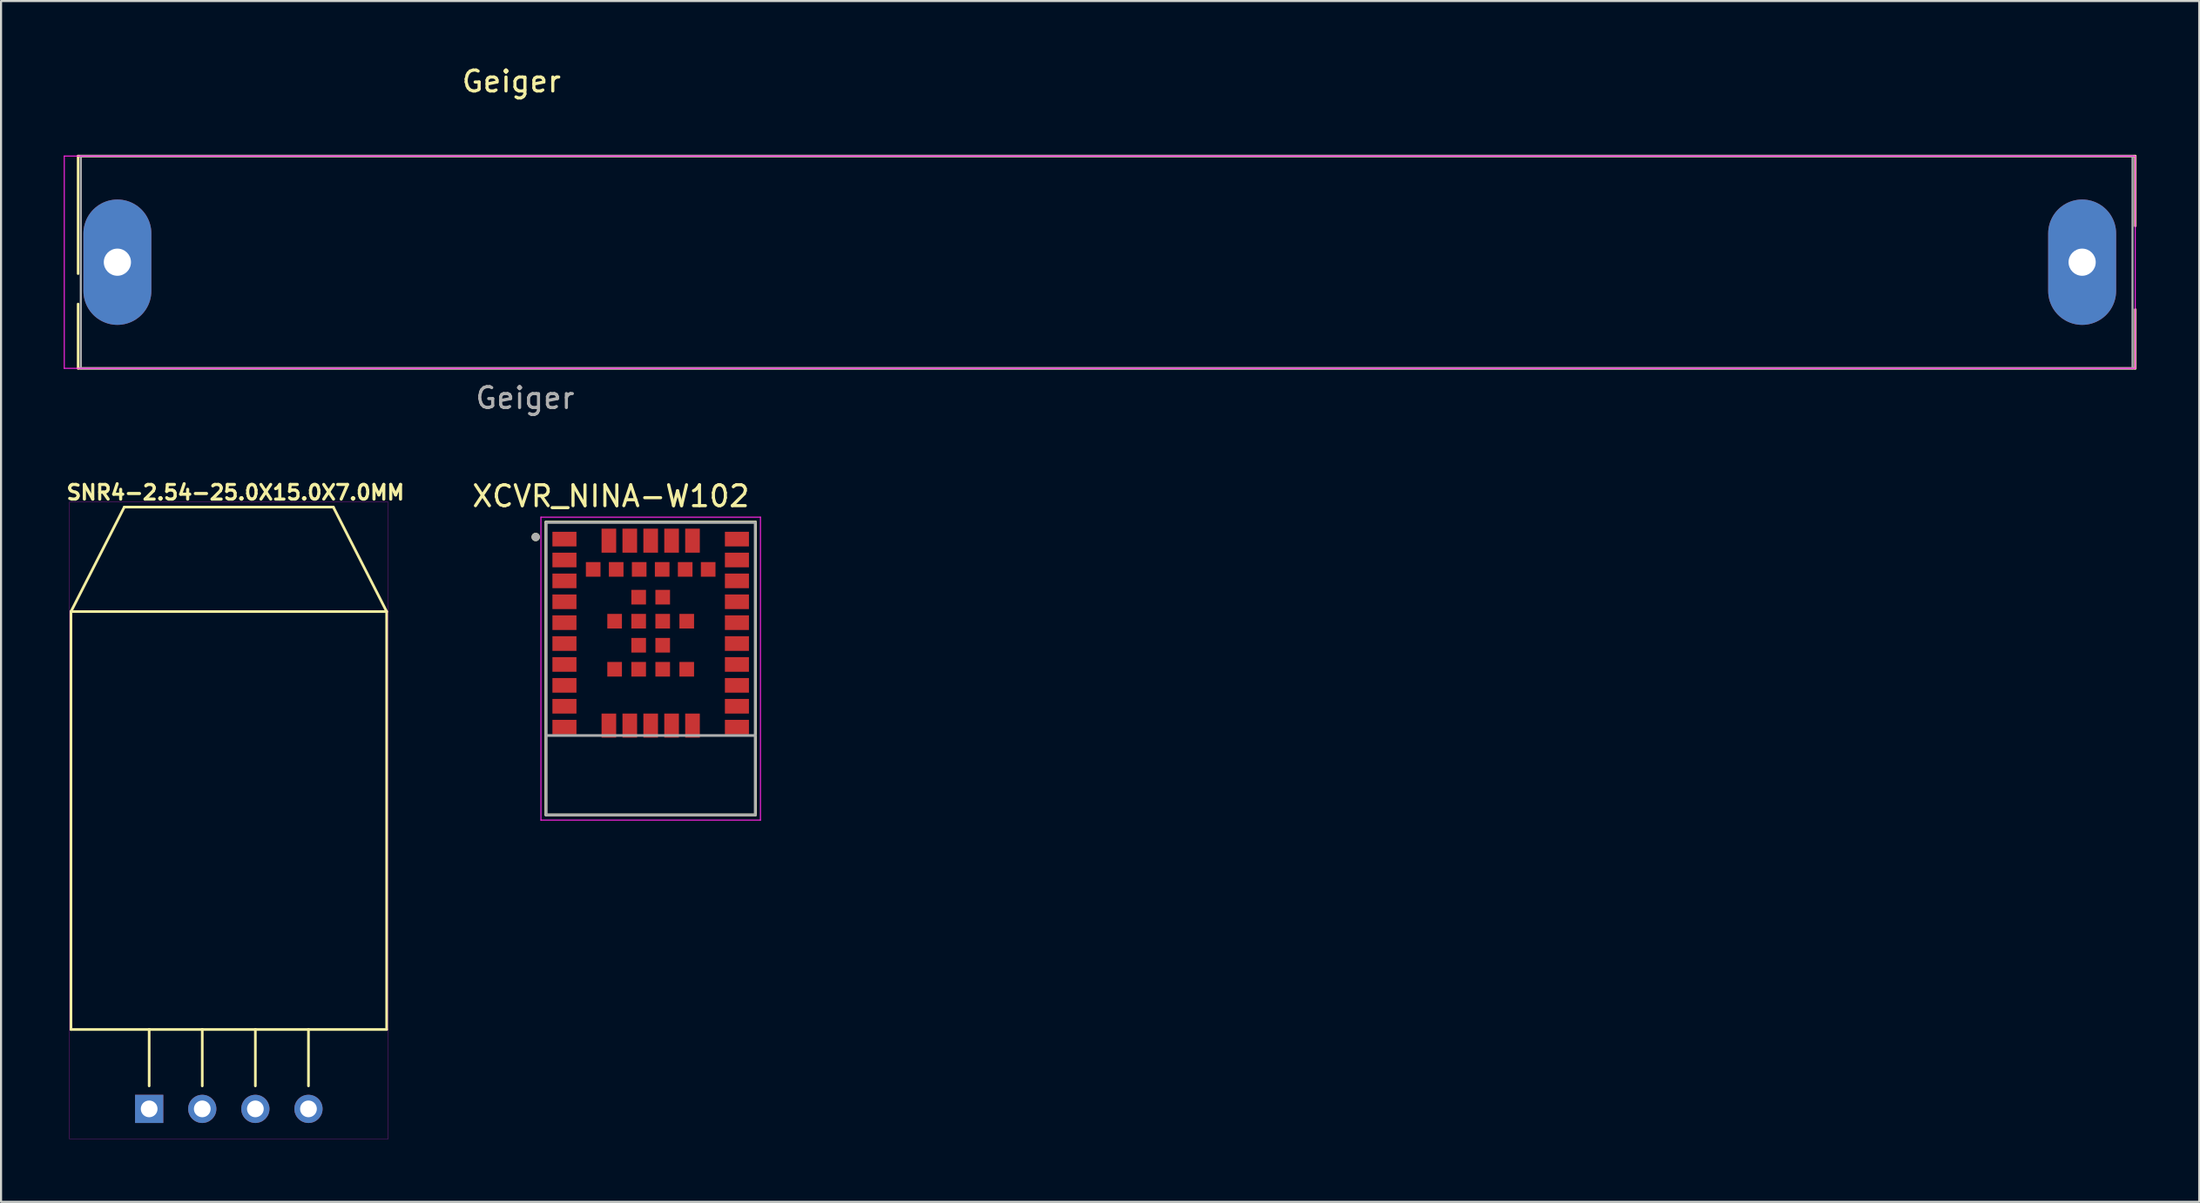
<source format=kicad_pcb>
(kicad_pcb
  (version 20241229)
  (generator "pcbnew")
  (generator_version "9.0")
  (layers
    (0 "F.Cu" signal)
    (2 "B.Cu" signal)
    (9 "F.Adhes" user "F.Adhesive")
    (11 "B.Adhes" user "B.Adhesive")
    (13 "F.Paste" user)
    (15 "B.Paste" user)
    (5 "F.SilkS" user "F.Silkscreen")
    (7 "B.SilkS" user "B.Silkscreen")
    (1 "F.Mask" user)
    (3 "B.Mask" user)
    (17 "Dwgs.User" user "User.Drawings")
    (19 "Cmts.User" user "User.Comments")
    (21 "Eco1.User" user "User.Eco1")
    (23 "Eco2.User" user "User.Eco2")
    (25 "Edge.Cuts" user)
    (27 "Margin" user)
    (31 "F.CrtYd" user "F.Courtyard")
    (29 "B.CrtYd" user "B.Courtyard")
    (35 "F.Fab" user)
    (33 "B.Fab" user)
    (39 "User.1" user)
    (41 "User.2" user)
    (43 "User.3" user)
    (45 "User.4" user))
  (footprint "SNR4-2.54-25.0X15.0X7.0MM"
    (layer "F.Cu")
    (at 7.895 36.219)
    (property "Reference" "SNR4-2.54-25.0X15.0X7.0MM" (at 0.318 -15.7 0) (layer "F.SilkS") (effects (font (size 0.701 0.701) (thickness 0.15))))
    (attr through_hole)
    (fp_line (start -7.55 -10) (end -5 -15) (stroke (width 0.127) (type solid)) (layer "F.SilkS"))
    (fp_line (start -7.55 -10) (end 7.55 -10) (stroke (width 0.127) (type solid)) (layer "F.SilkS"))
    (fp_line (start -7.55 10) (end -7.55 -10) (stroke (width 0.127) (type solid)) (layer "F.SilkS"))
    (fp_line (start -5 -15) (end 5 -15) (stroke (width 0.127) (type solid)) (layer "F.SilkS"))
    (fp_line (start -3.81 10) (end -7.55 10) (stroke (width 0.127) (type solid)) (layer "F.SilkS"))
    (fp_line (start -3.81 12.7) (end -3.81 10) (stroke (width 0.127) (type solid)) (layer "F.SilkS"))
    (fp_line (start -1.27 10) (end -3.81 10) (stroke (width 0.127) (type solid)) (layer "F.SilkS"))
    (fp_line (start -1.27 12.7) (end -1.27 10) (stroke (width 0.127) (type solid)) (layer "F.SilkS"))
    (fp_line (start 1.27 10) (end -1.27 10) (stroke (width 0.127) (type solid)) (layer "F.SilkS"))
    (fp_line (start 1.27 12.7) (end 1.27 10) (stroke (width 0.127) (type solid)) (layer "F.SilkS"))
    (fp_line (start 3.81 10) (end 1.27 10) (stroke (width 0.127) (type solid)) (layer "F.SilkS"))
    (fp_line (start 3.81 12.7) (end 3.81 10) (stroke (width 0.127) (type solid)) (layer "F.SilkS"))
    (fp_line (start 5 -15) (end 7.55 -10) (stroke (width 0.127) (type solid)) (layer "F.SilkS"))
    (fp_line (start 7.55 -10) (end 7.55 10) (stroke (width 0.127) (type solid)) (layer "F.SilkS"))
    (fp_line (start 7.55 10) (end 3.81 10) (stroke (width 0.127) (type solid)) (layer "F.SilkS"))
    (fp_poly (pts (xy -7.621 -15.24) (xy 7.62 -15.24) (xy 7.62 15.243) (xy -7.621 15.243)) (stroke (width 0.01) (type solid)) (fill no) (layer "F.CrtYd"))
    (pad "P$1" thru_hole rect (at -3.81 13.8) (size 1.35 1.35) (drill 0.8) (layers "*.Cu" "*.Mask"))
    (pad "P$2" thru_hole circle (at -1.27 13.8) (size 1.35 1.35) (drill 0.8) (layers "*.Cu" "*.Mask"))
    (pad "P$3" thru_hole circle (at 1.27 13.8) (size 1.35 1.35) (drill 0.8) (layers "*.Cu" "*.Mask"))
    (pad "P$4" thru_hole circle (at 3.81 13.8) (size 1.35 1.35) (drill 0.8) (layers "*.Cu" "*.Mask")))
  (footprint "XCVR_NINA-W102"
    (layer "F.Cu")
    (at 28.074 28.95)
    (property "Reference" "XCVR_NINA-W102" (at -1.905 -8.255 0) (layer "F.SilkS") (effects (font (size 1 1) (thickness 0.15))))
    (attr through_hole)
    (fp_line (start -5.015 -7.015) (end 5.015 -7.015) (stroke (width 0.127) (type solid)) (layer "F.SilkS"))
    (fp_line (start -5.015 7) (end -5.015 -7.015) (stroke (width 0.127) (type solid)) (layer "F.SilkS"))
    (fp_line (start 5.015 -7.015) (end 5.015 7) (stroke (width 0.127) (type solid)) (layer "F.SilkS"))
    (fp_line (start 5.015 7) (end -5.015 7) (stroke (width 0.127) (type solid)) (layer "F.SilkS"))
    (fp_circle (center -5.5 -6.3) (end -5.4 -6.3) (stroke (width 0.2) (type solid)) (fill no) (layer "F.SilkS"))
    (fp_line (start -5.25 -7.25) (end 5.25 -7.25) (stroke (width 0.05) (type solid)) (layer "F.CrtYd"))
    (fp_line (start -5.25 7.25) (end -5.25 -7.25) (stroke (width 0.05) (type solid)) (layer "F.CrtYd"))
    (fp_line (start 5.25 -7.25) (end 5.25 7.25) (stroke (width 0.05) (type solid)) (layer "F.CrtYd"))
    (fp_line (start 5.25 7.25) (end -5.25 7.25) (stroke (width 0.05) (type solid)) (layer "F.CrtYd"))
    (fp_line (start -5 -7) (end 5 -7) (stroke (width 0.127) (type solid)) (layer "F.Fab"))
    (fp_line (start -5 3.2) (end -5 -7) (stroke (width 0.127) (type solid)) (layer "F.Fab"))
    (fp_line (start -5 7) (end -5 3.2) (stroke (width 0.127) (type solid)) (layer "F.Fab"))
    (fp_line (start 5 -7) (end 5 3.2) (stroke (width 0.127) (type solid)) (layer "F.Fab"))
    (fp_line (start 5 3.2) (end -5 3.2) (stroke (width 0.127) (type solid)) (layer "F.Fab"))
    (fp_line (start 5 3.2) (end 5 7) (stroke (width 0.127) (type solid)) (layer "F.Fab"))
    (fp_line (start 5 7) (end -5 7) (stroke (width 0.127) (type solid)) (layer "F.Fab"))
    (fp_circle (center -5.5 -6.3) (end -5.4 -6.3) (stroke (width 0.2) (type solid)) (fill no) (layer "F.Fab"))
    (pad "1" smd rect (at -4.125 -6.2 270) (size 0.7 1.15) (layers "F.Cu" "F.Mask" "F.Paste"))
    (pad "2" smd rect (at -4.125 -5.2 270) (size 0.7 1.15) (layers "F.Cu" "F.Mask" "F.Paste"))
    (pad "3" smd rect (at -4.125 -4.2 270) (size 0.7 1.15) (layers "F.Cu" "F.Mask" "F.Paste"))
    (pad "4" smd rect (at -4.125 -3.2 270) (size 0.7 1.15) (layers "F.Cu" "F.Mask" "F.Paste"))
    (pad "5" smd rect (at -4.125 -2.2 270) (size 0.7 1.15) (layers "F.Cu" "F.Mask" "F.Paste"))
    (pad "6" smd rect (at -4.125 -1.2 270) (size 0.7 1.15) (layers "F.Cu" "F.Mask" "F.Paste"))
    (pad "7" smd rect (at -4.125 -0.2 270) (size 0.7 1.15) (layers "F.Cu" "F.Mask" "F.Paste"))
    (pad "8" smd rect (at -4.125 0.8 270) (size 0.7 1.15) (layers "F.Cu" "F.Mask" "F.Paste"))
    (pad "9" smd rect (at -4.125 1.8 270) (size 0.7 1.15) (layers "F.Cu" "F.Mask" "F.Paste"))
    (pad "10" smd rect (at -4.125 2.8 270) (size 0.7 1.15) (layers "F.Cu" "F.Mask" "F.Paste"))
    (pad "11" smd rect (at -2 2.725) (size 0.7 1.15) (layers "F.Cu" "F.Mask" "F.Paste"))
    (pad "12" smd rect (at -1 2.725) (size 0.7 1.15) (layers "F.Cu" "F.Mask" "F.Paste"))
    (pad "13" smd rect (at 0 2.725) (size 0.7 1.15) (layers "F.Cu" "F.Mask" "F.Paste"))
    (pad "14" smd rect (at 1 2.725) (size 0.7 1.15) (layers "F.Cu" "F.Mask" "F.Paste"))
    (pad "15" smd rect (at 2 2.725) (size 0.7 1.15) (layers "F.Cu" "F.Mask" "F.Paste"))
    (pad "16" smd rect (at 4.125 2.8 270) (size 0.7 1.15) (layers "F.Cu" "F.Mask" "F.Paste"))
    (pad "17" smd rect (at 4.125 1.8 270) (size 0.7 1.15) (layers "F.Cu" "F.Mask" "F.Paste"))
    (pad "18" smd rect (at 4.125 0.8 270) (size 0.7 1.15) (layers "F.Cu" "F.Mask" "F.Paste"))
    (pad "19" smd rect (at 4.125 -0.2 270) (size 0.7 1.15) (layers "F.Cu" "F.Mask" "F.Paste"))
    (pad "20" smd rect (at 4.125 -1.2 270) (size 0.7 1.15) (layers "F.Cu" "F.Mask" "F.Paste"))
    (pad "21" smd rect (at 4.125 -2.2 270) (size 0.7 1.15) (layers "F.Cu" "F.Mask" "F.Paste"))
    (pad "22" smd rect (at 4.125 -3.2 270) (size 0.7 1.15) (layers "F.Cu" "F.Mask" "F.Paste"))
    (pad "23" smd rect (at 4.125 -4.2 270) (size 0.7 1.15) (layers "F.Cu" "F.Mask" "F.Paste"))
    (pad "24" smd rect (at 4.125 -5.2 270) (size 0.7 1.15) (layers "F.Cu" "F.Mask" "F.Paste"))
    (pad "25" smd rect (at 4.125 -6.2 270) (size 0.7 1.15) (layers "F.Cu" "F.Mask" "F.Paste"))
    (pad "26" smd rect (at 2 -6.125) (size 0.7 1.15) (layers "F.Cu" "F.Mask" "F.Paste"))
    (pad "27" smd rect (at 1 -6.125) (size 0.7 1.15) (layers "F.Cu" "F.Mask" "F.Paste"))
    (pad "28" smd rect (at 0 -6.125) (size 0.7 1.15) (layers "F.Cu" "F.Mask" "F.Paste"))
    (pad "29" smd rect (at -1 -6.125) (size 0.7 1.15) (layers "F.Cu" "F.Mask" "F.Paste"))
    (pad "30" smd rect (at -2 -6.125) (size 0.7 1.15) (layers "F.Cu" "F.Mask" "F.Paste"))
    (pad "31" smd rect (at -2.75 -4.75 270) (size 0.7 0.7) (layers "F.Cu" "F.Mask" "F.Paste"))
    (pad "32" smd rect (at -1.65 -4.75 270) (size 0.7 0.7) (layers "F.Cu" "F.Mask" "F.Paste"))
    (pad "33" smd rect (at -0.55 -4.75 270) (size 0.7 0.7) (layers "F.Cu" "F.Mask" "F.Paste"))
    (pad "34" smd rect (at 0.55 -4.75 270) (size 0.7 0.7) (layers "F.Cu" "F.Mask" "F.Paste"))
    (pad "35" smd rect (at 1.65 -4.75 270) (size 0.7 0.7) (layers "F.Cu" "F.Mask" "F.Paste"))
    (pad "36" smd rect (at 2.75 -4.75 270) (size 0.7 0.7) (layers "F.Cu" "F.Mask" "F.Paste"))
    (pad "37" smd rect (at -0.575 -3.42 270) (size 0.7 0.7) (layers "F.Cu" "F.Mask" "F.Paste"))
    (pad "38" smd rect (at 0.575 -3.42 270) (size 0.7 0.7) (layers "F.Cu" "F.Mask" "F.Paste"))
    (pad "39" smd rect (at -1.725 -2.27 270) (size 0.7 0.7) (layers "F.Cu" "F.Mask" "F.Paste"))
    (pad "40" smd rect (at -0.575 -2.27 270) (size 0.7 0.7) (layers "F.Cu" "F.Mask" "F.Paste"))
    (pad "41" smd rect (at 0.575 -2.27 270) (size 0.7 0.7) (layers "F.Cu" "F.Mask" "F.Paste"))
    (pad "42" smd rect (at 1.725 -2.27 270) (size 0.7 0.7) (layers "F.Cu" "F.Mask" "F.Paste"))
    (pad "43" smd rect (at -0.575 -1.12 270) (size 0.7 0.7) (layers "F.Cu" "F.Mask" "F.Paste"))
    (pad "44" smd rect (at 0.575 -1.12 270) (size 0.7 0.7) (layers "F.Cu" "F.Mask" "F.Paste"))
    (pad "45" smd rect (at -1.725 0.03 270) (size 0.7 0.7) (layers "F.Cu" "F.Mask" "F.Paste"))
    (pad "46" smd rect (at -0.575 0.03 270) (size 0.7 0.7) (layers "F.Cu" "F.Mask" "F.Paste"))
    (pad "47" smd rect (at 0.575 0.03 270) (size 0.7 0.7) (layers "F.Cu" "F.Mask" "F.Paste"))
    (pad "48" smd rect (at 1.725 0.03 270) (size 0.7 0.7) (layers "F.Cu" "F.Mask" "F.Paste")))
  (footprint "Geiger"
    (layer "F.Cu")
    (at 2.565 9.498)
    (property "Reference" "Geiger" (at 18.85 -8.65 0) (layer "F.SilkS") (effects (font (size 1 1) (thickness 0.15))))
    (attr through_hole)
    (fp_line (start -1.88 -5.08) (end -1.88 0.55) (stroke (width 0.12) (type solid)) (layer "F.SilkS"))
    (fp_line (start -1.88 -5.08) (end 96.52 -5.08) (stroke (width 0.12) (type solid)) (layer "F.SilkS"))
    (fp_line (start -1.88 2) (end -1.88 5.08) (stroke (width 0.12) (type solid)) (layer "F.SilkS"))
    (fp_line (start 96.52 -5.08) (end 96.52 -1.735) (stroke (width 0.12) (type solid)) (layer "F.SilkS"))
    (fp_line (start 96.52 2.265) (end 96.52 5.08) (stroke (width 0.12) (type solid)) (layer "F.SilkS"))
    (fp_line (start 96.52 5.08) (end -1.88 5.08) (stroke (width 0.12) (type solid)) (layer "F.SilkS"))
    (fp_line (start -2.54 -5.08) (end -2.54 5.08) (stroke (width 0.05) (type solid)) (layer "F.CrtYd"))
    (fp_line (start -2.54 -5.08) (end 96.52 -5.08) (stroke (width 0.05) (type solid)) (layer "F.CrtYd"))
    (fp_line (start 96.52 5.08) (end -2.54 5.08) (stroke (width 0.05) (type solid)) (layer "F.CrtYd"))
    (fp_line (start 96.52 5.08) (end 96.52 -5.08) (stroke (width 0.05) (type solid)) (layer "F.CrtYd"))
    (fp_line (start -1.75 -5.08) (end -1.75 5.08) (stroke (width 0.1) (type solid)) (layer "F.Fab"))
    (fp_line (start -1.75 5.08) (end 96.39 5.08) (stroke (width 0.1) (type solid)) (layer "F.Fab"))
    (fp_line (start 96.39 -5.08) (end -1.75 -5.08) (stroke (width 0.1) (type solid)) (layer "F.Fab"))
    (fp_line (start 96.39 5.08) (end 96.39 -5.08) (stroke (width 0.1) (type solid)) (layer "F.Fab"))
    (fp_text user "${REFERENCE}" (at 19.5 6.5 0) (layer "F.Fab") (effects (font (size 1 1) (thickness 0.15))))
    (pad "1" thru_hole oval (at 0 0) (size 3.25 6) (drill 1.3) (layers "*.Cu" "*.Mask"))
    (pad "2" thru_hole oval (at 93.98 0) (size 3.25 6) (drill 1.3) (layers "*.Cu" "*.Mask")))
  (gr_rect
    (start -3 -3)
    (end 102.145 54.467)
    (stroke (width 0.1) (type default))
    (fill no)
    (layer "Edge.Cuts")))
</source>
